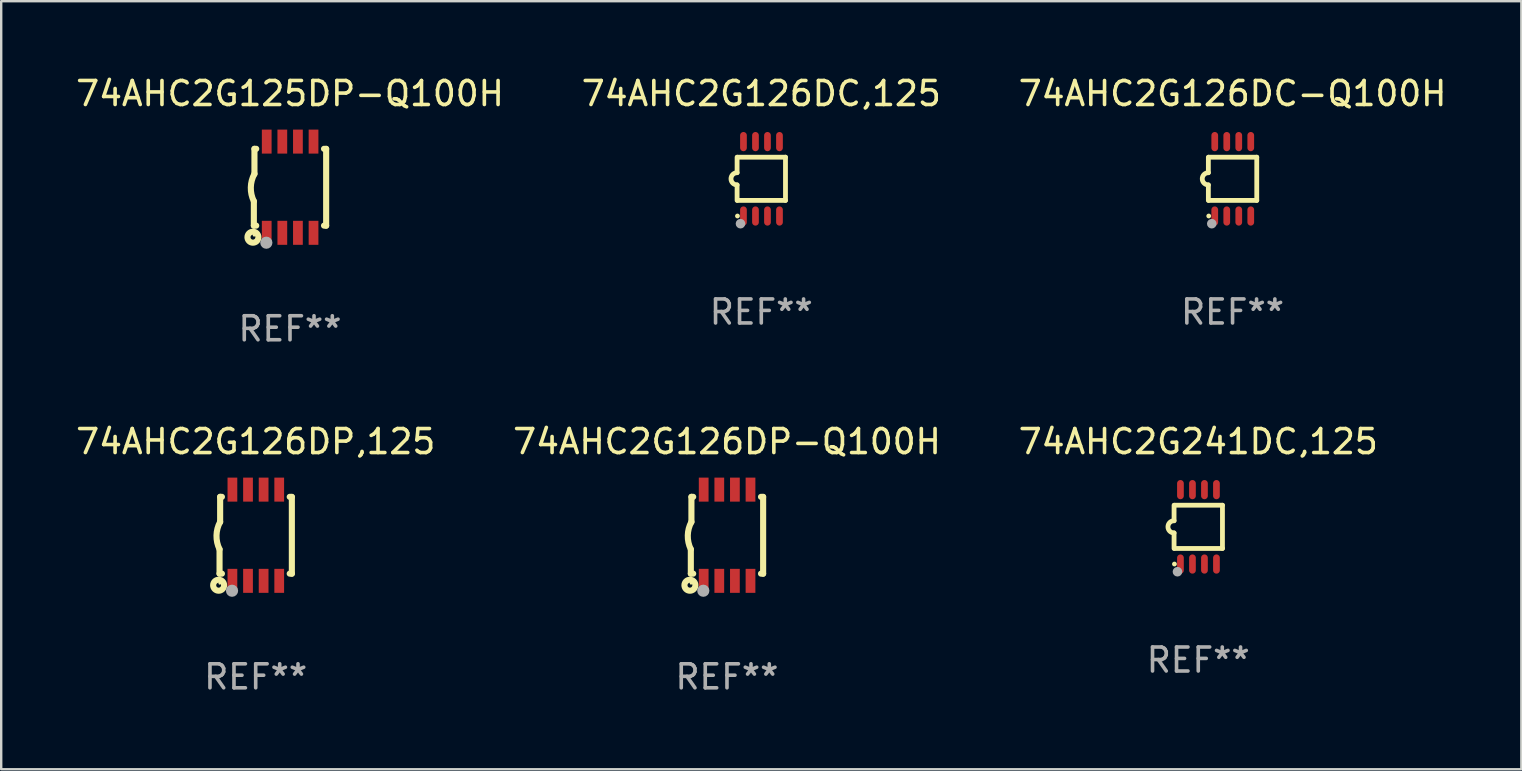
<source format=kicad_pcb>
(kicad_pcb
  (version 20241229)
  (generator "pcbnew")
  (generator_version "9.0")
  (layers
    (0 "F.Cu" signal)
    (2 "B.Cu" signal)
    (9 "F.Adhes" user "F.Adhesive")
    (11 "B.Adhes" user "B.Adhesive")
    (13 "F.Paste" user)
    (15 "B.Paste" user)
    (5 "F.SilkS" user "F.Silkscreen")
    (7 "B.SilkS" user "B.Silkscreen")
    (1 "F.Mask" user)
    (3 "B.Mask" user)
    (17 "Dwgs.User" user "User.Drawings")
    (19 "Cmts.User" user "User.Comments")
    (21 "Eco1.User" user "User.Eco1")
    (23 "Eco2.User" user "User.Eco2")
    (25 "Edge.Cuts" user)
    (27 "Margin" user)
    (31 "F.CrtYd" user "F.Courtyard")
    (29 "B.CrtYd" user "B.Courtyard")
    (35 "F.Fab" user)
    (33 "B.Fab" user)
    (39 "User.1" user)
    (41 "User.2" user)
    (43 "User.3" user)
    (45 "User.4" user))
  (footprint "74AHC2G126DP-Q100H"
    (layer "F.Cu")
    (at 27.232 19.245)
    (property "Reference" "74AHC2G126DP-Q100H" (at 0 -3.9 0) (layer "F.SilkS") (effects (font (size 1 1) (thickness 0.15))))
    (attr through_hole)
    (fp_line (start -1.506 1.6) (end -1.506 0.584) (stroke (width 0.254) (type solid)) (layer "F.SilkS"))
    (fp_line (start -1.506 1.6) (end -1.407 1.6) (stroke (width 0.254) (type solid)) (layer "F.SilkS"))
    (fp_line (start -1.481 -1.599) (end -1.481 -0.549) (stroke (width 0.254) (type solid)) (layer "F.SilkS"))
    (fp_line (start -1.481 -1.599) (end -1.407 -1.599) (stroke (width 0.254) (type solid)) (layer "F.SilkS"))
    (fp_line (start 1.417 -1.599) (end 1.506 -1.599) (stroke (width 0.254) (type solid)) (layer "F.SilkS"))
    (fp_line (start 1.417 1.6) (end 1.506 1.6) (stroke (width 0.254) (type solid)) (layer "F.SilkS"))
    (fp_line (start 1.506 1.603) (end 1.506 -1.595) (stroke (width 0.254) (type solid)) (layer "F.SilkS"))
    (fp_arc (start -1.506223 0.584328) (mid -1.632455 0.00974) (end -1.480823 -0.558674) (stroke (width 0.254001) (type solid)) (layer "F.SilkS"))
    (fp_circle (center -1.544 2.083) (end -1.443 2.083) (stroke (width 0.254) (type solid)) (fill no) (layer "F.SilkS"))
    (fp_circle (center -1.495 2) (end -1.465 2) (stroke (width 0.06) (type solid)) (fill no) (layer "F.SilkS"))
    (fp_circle (center -0.986 2.312) (end -0.859 2.312) (stroke (width 0.254) (type solid)) (fill no) (layer "F.Fab"))
    (fp_text user "REF**" (at 0 5.9 0) (layer "F.Fab") (effects (font (size 1 1) (thickness 0.15))))
    (pad "1" smd rect (at -0.97 1.9 90) (size 1 0.406) (layers "F.Cu" "F.Mask" "F.Paste"))
    (pad "2" smd rect (at -0.32 1.9 90) (size 1 0.406) (layers "F.Cu" "F.Mask" "F.Paste"))
    (pad "3" smd rect (at 0.33 1.9 90) (size 1 0.406) (layers "F.Cu" "F.Mask" "F.Paste"))
    (pad "4" smd rect (at 0.98 1.9 90) (size 1 0.406) (layers "F.Cu" "F.Mask" "F.Paste"))
    (pad "5" smd rect (at 0.98 -1.9 90) (size 1 0.406) (layers "F.Cu" "F.Mask" "F.Paste"))
    (pad "6" smd rect (at 0.33 -1.9 90) (size 1 0.406) (layers "F.Cu" "F.Mask" "F.Paste"))
    (pad "7" smd rect (at -0.32 -1.9 90) (size 1 0.406) (layers "F.Cu" "F.Mask" "F.Paste"))
    (pad "8" smd rect (at -0.97 -1.9 90) (size 1 0.406) (layers "F.Cu" "F.Mask" "F.Paste")))
  (footprint "74AHC2G126DP,125"
    (layer "F.Cu")
    (at 7.601 19.245)
    (property "Reference" "74AHC2G126DP,125" (at 0 -3.9 0) (layer "F.SilkS") (effects (font (size 1 1) (thickness 0.15))))
    (attr through_hole)
    (fp_line (start -1.506 1.6) (end -1.506 0.584) (stroke (width 0.254) (type solid)) (layer "F.SilkS"))
    (fp_line (start -1.506 1.6) (end -1.407 1.6) (stroke (width 0.254) (type solid)) (layer "F.SilkS"))
    (fp_line (start -1.481 -1.599) (end -1.481 -0.549) (stroke (width 0.254) (type solid)) (layer "F.SilkS"))
    (fp_line (start -1.481 -1.599) (end -1.407 -1.599) (stroke (width 0.254) (type solid)) (layer "F.SilkS"))
    (fp_line (start 1.417 -1.599) (end 1.506 -1.599) (stroke (width 0.254) (type solid)) (layer "F.SilkS"))
    (fp_line (start 1.417 1.6) (end 1.506 1.6) (stroke (width 0.254) (type solid)) (layer "F.SilkS"))
    (fp_line (start 1.506 1.603) (end 1.506 -1.595) (stroke (width 0.254) (type solid)) (layer "F.SilkS"))
    (fp_arc (start -1.506223 0.584328) (mid -1.632455 0.00974) (end -1.480823 -0.558674) (stroke (width 0.254001) (type solid)) (layer "F.SilkS"))
    (fp_circle (center -1.544 2.083) (end -1.443 2.083) (stroke (width 0.254) (type solid)) (fill no) (layer "F.SilkS"))
    (fp_circle (center -1.495 2) (end -1.465 2) (stroke (width 0.06) (type solid)) (fill no) (layer "F.SilkS"))
    (fp_circle (center -0.986 2.312) (end -0.859 2.312) (stroke (width 0.254) (type solid)) (fill no) (layer "F.Fab"))
    (fp_text user "REF**" (at 0 5.9 0) (layer "F.Fab") (effects (font (size 1 1) (thickness 0.15))))
    (pad "1" smd rect (at -0.97 1.9 90) (size 1 0.406) (layers "F.Cu" "F.Mask" "F.Paste"))
    (pad "2" smd rect (at -0.32 1.9 90) (size 1 0.406) (layers "F.Cu" "F.Mask" "F.Paste"))
    (pad "3" smd rect (at 0.33 1.9 90) (size 1 0.406) (layers "F.Cu" "F.Mask" "F.Paste"))
    (pad "4" smd rect (at 0.98 1.9 90) (size 1 0.406) (layers "F.Cu" "F.Mask" "F.Paste"))
    (pad "5" smd rect (at 0.98 -1.9 90) (size 1 0.406) (layers "F.Cu" "F.Mask" "F.Paste"))
    (pad "6" smd rect (at 0.33 -1.9 90) (size 1 0.406) (layers "F.Cu" "F.Mask" "F.Paste"))
    (pad "7" smd rect (at -0.32 -1.9 90) (size 1 0.406) (layers "F.Cu" "F.Mask" "F.Paste"))
    (pad "8" smd rect (at -0.97 -1.9 90) (size 1 0.406) (layers "F.Cu" "F.Mask" "F.Paste")))
  (footprint "74AHC2G126DC,125"
    (layer "F.Cu")
    (at 28.661 4.398)
    (property "Reference" "74AHC2G126DC,125" (at 0 -3.55 0) (layer "F.SilkS") (effects (font (size 1 1) (thickness 0.15))))
    (attr through_hole)
    (fp_line (start -1.008 -0.254) (end -1.008 -0.9) (stroke (width 0.2) (type solid)) (layer "F.SilkS"))
    (fp_line (start -1.008 0.254) (end -1.008 0.9) (stroke (width 0.2) (type solid)) (layer "F.SilkS"))
    (fp_line (start -0.992 0.9) (end 1.008 0.9) (stroke (width 0.2) (type solid)) (layer "F.SilkS"))
    (fp_line (start 1.008 -0.9) (end -0.992 -0.9) (stroke (width 0.2) (type solid)) (layer "F.SilkS"))
    (fp_line (start 1.008 0.9) (end 1.008 -0.9) (stroke (width 0.2) (type solid)) (layer "F.SilkS"))
    (fp_arc (start -1.008001 0.254001) (mid -1.262002 0) (end -1.008001 -0.254001) (stroke (width 0.2) (type solid)) (layer "F.SilkS"))
    (fp_circle (center -0.992 1.55) (end -0.942 1.55) (stroke (width 0.1) (type solid)) (fill no) (layer "F.SilkS"))
    (fp_circle (center -0.866 1.87) (end -0.766 1.87) (stroke (width 0.2) (type solid)) (fill no) (layer "F.Fab"))
    (fp_text user "REF**" (at 0 5.55 0) (layer "F.Fab") (effects (font (size 1 1) (thickness 0.15))))
    (pad "1" smd oval (at -0.742 1.55 270) (size 0.8 0.28) (layers "F.Cu" "F.Mask" "F.Paste"))
    (pad "2" smd oval (at -0.242 1.55 270) (size 0.8 0.28) (layers "F.Cu" "F.Mask" "F.Paste"))
    (pad "3" smd oval (at 0.258 1.55 270) (size 0.8 0.28) (layers "F.Cu" "F.Mask" "F.Paste"))
    (pad "4" smd oval (at 0.758 1.55 270) (size 0.8 0.28) (layers "F.Cu" "F.Mask" "F.Paste"))
    (pad "5" smd oval (at 0.758 -1.55 270) (size 0.8 0.28) (layers "F.Cu" "F.Mask" "F.Paste"))
    (pad "6" smd oval (at 0.258 -1.55 270) (size 0.8 0.28) (layers "F.Cu" "F.Mask" "F.Paste"))
    (pad "7" smd oval (at -0.242 -1.55 270) (size 0.8 0.28) (layers "F.Cu" "F.Mask" "F.Paste"))
    (pad "8" smd oval (at -0.742 -1.55 270) (size 0.8 0.28) (layers "F.Cu" "F.Mask" "F.Paste")))
  (footprint "74AHC2G241DC,125"
    (layer "F.Cu")
    (at 46.863 18.895)
    (property "Reference" "74AHC2G241DC,125" (at 0 -3.55 0) (layer "F.SilkS") (effects (font (size 1 1) (thickness 0.15))))
    (attr through_hole)
    (fp_line (start -1.008 -0.254) (end -1.008 -0.9) (stroke (width 0.2) (type solid)) (layer "F.SilkS"))
    (fp_line (start -1.008 0.254) (end -1.008 0.9) (stroke (width 0.2) (type solid)) (layer "F.SilkS"))
    (fp_line (start -0.992 0.9) (end 1.008 0.9) (stroke (width 0.2) (type solid)) (layer "F.SilkS"))
    (fp_line (start 1.008 -0.9) (end -0.992 -0.9) (stroke (width 0.2) (type solid)) (layer "F.SilkS"))
    (fp_line (start 1.008 0.9) (end 1.008 -0.9) (stroke (width 0.2) (type solid)) (layer "F.SilkS"))
    (fp_arc (start -1.008001 0.254001) (mid -1.262002 0) (end -1.008001 -0.254001) (stroke (width 0.2) (type solid)) (layer "F.SilkS"))
    (fp_circle (center -0.992 1.55) (end -0.942 1.55) (stroke (width 0.1) (type solid)) (fill no) (layer "F.SilkS"))
    (fp_circle (center -0.866 1.87) (end -0.766 1.87) (stroke (width 0.2) (type solid)) (fill no) (layer "F.Fab"))
    (fp_text user "REF**" (at 0 5.55 0) (layer "F.Fab") (effects (font (size 1 1) (thickness 0.15))))
    (pad "1" smd oval (at -0.742 1.55 270) (size 0.8 0.28) (layers "F.Cu" "F.Mask" "F.Paste"))
    (pad "2" smd oval (at -0.242 1.55 270) (size 0.8 0.28) (layers "F.Cu" "F.Mask" "F.Paste"))
    (pad "3" smd oval (at 0.258 1.55 270) (size 0.8 0.28) (layers "F.Cu" "F.Mask" "F.Paste"))
    (pad "4" smd oval (at 0.758 1.55 270) (size 0.8 0.28) (layers "F.Cu" "F.Mask" "F.Paste"))
    (pad "5" smd oval (at 0.758 -1.55 270) (size 0.8 0.28) (layers "F.Cu" "F.Mask" "F.Paste"))
    (pad "6" smd oval (at 0.258 -1.55 270) (size 0.8 0.28) (layers "F.Cu" "F.Mask" "F.Paste"))
    (pad "7" smd oval (at -0.242 -1.55 270) (size 0.8 0.28) (layers "F.Cu" "F.Mask" "F.Paste"))
    (pad "8" smd oval (at -0.742 -1.55 270) (size 0.8 0.28) (layers "F.Cu" "F.Mask" "F.Paste")))
  (footprint "74AHC2G126DC-Q100H"
    (layer "F.Cu")
    (at 48.292 4.398)
    (property "Reference" "74AHC2G126DC-Q100H" (at 0 -3.55 0) (layer "F.SilkS") (effects (font (size 1 1) (thickness 0.15))))
    (attr through_hole)
    (fp_line (start -1.008 -0.254) (end -1.008 -0.9) (stroke (width 0.2) (type solid)) (layer "F.SilkS"))
    (fp_line (start -1.008 0.254) (end -1.008 0.9) (stroke (width 0.2) (type solid)) (layer "F.SilkS"))
    (fp_line (start -0.992 0.9) (end 1.008 0.9) (stroke (width 0.2) (type solid)) (layer "F.SilkS"))
    (fp_line (start 1.008 -0.9) (end -0.992 -0.9) (stroke (width 0.2) (type solid)) (layer "F.SilkS"))
    (fp_line (start 1.008 0.9) (end 1.008 -0.9) (stroke (width 0.2) (type solid)) (layer "F.SilkS"))
    (fp_arc (start -1.008001 0.254001) (mid -1.262002 0) (end -1.008001 -0.254001) (stroke (width 0.2) (type solid)) (layer "F.SilkS"))
    (fp_circle (center -0.992 1.55) (end -0.942 1.55) (stroke (width 0.1) (type solid)) (fill no) (layer "F.SilkS"))
    (fp_circle (center -0.866 1.87) (end -0.766 1.87) (stroke (width 0.2) (type solid)) (fill no) (layer "F.Fab"))
    (fp_text user "REF**" (at 0 5.55 0) (layer "F.Fab") (effects (font (size 1 1) (thickness 0.15))))
    (pad "1" smd oval (at -0.742 1.55 270) (size 0.8 0.28) (layers "F.Cu" "F.Mask" "F.Paste"))
    (pad "2" smd oval (at -0.242 1.55 270) (size 0.8 0.28) (layers "F.Cu" "F.Mask" "F.Paste"))
    (pad "3" smd oval (at 0.258 1.55 270) (size 0.8 0.28) (layers "F.Cu" "F.Mask" "F.Paste"))
    (pad "4" smd oval (at 0.758 1.55 270) (size 0.8 0.28) (layers "F.Cu" "F.Mask" "F.Paste"))
    (pad "5" smd oval (at 0.758 -1.55 270) (size 0.8 0.28) (layers "F.Cu" "F.Mask" "F.Paste"))
    (pad "6" smd oval (at 0.258 -1.55 270) (size 0.8 0.28) (layers "F.Cu" "F.Mask" "F.Paste"))
    (pad "7" smd oval (at -0.242 -1.55 270) (size 0.8 0.28) (layers "F.Cu" "F.Mask" "F.Paste"))
    (pad "8" smd oval (at -0.742 -1.55 270) (size 0.8 0.28) (layers "F.Cu" "F.Mask" "F.Paste")))
  (footprint "74AHC2G125DP-Q100H"
    (layer "F.Cu")
    (at 9.03 4.748)
    (property "Reference" "74AHC2G125DP-Q100H" (at 0 -3.9 0) (layer "F.SilkS") (effects (font (size 1 1) (thickness 0.15))))
    (attr through_hole)
    (fp_line (start -1.506 1.6) (end -1.506 0.584) (stroke (width 0.254) (type solid)) (layer "F.SilkS"))
    (fp_line (start -1.506 1.6) (end -1.407 1.6) (stroke (width 0.254) (type solid)) (layer "F.SilkS"))
    (fp_line (start -1.481 -1.599) (end -1.481 -0.549) (stroke (width 0.254) (type solid)) (layer "F.SilkS"))
    (fp_line (start -1.481 -1.599) (end -1.407 -1.599) (stroke (width 0.254) (type solid)) (layer "F.SilkS"))
    (fp_line (start 1.417 -1.599) (end 1.506 -1.599) (stroke (width 0.254) (type solid)) (layer "F.SilkS"))
    (fp_line (start 1.417 1.6) (end 1.506 1.6) (stroke (width 0.254) (type solid)) (layer "F.SilkS"))
    (fp_line (start 1.506 1.603) (end 1.506 -1.595) (stroke (width 0.254) (type solid)) (layer "F.SilkS"))
    (fp_arc (start -1.506223 0.584328) (mid -1.632455 0.00974) (end -1.480823 -0.558674) (stroke (width 0.254001) (type solid)) (layer "F.SilkS"))
    (fp_circle (center -1.544 2.083) (end -1.443 2.083) (stroke (width 0.254) (type solid)) (fill no) (layer "F.SilkS"))
    (fp_circle (center -1.495 2) (end -1.465 2) (stroke (width 0.06) (type solid)) (fill no) (layer "F.SilkS"))
    (fp_circle (center -0.986 2.312) (end -0.859 2.312) (stroke (width 0.254) (type solid)) (fill no) (layer "F.Fab"))
    (fp_text user "REF**" (at 0 5.9 0) (layer "F.Fab") (effects (font (size 1 1) (thickness 0.15))))
    (pad "1" smd rect (at -0.97 1.9 90) (size 1 0.406) (layers "F.Cu" "F.Mask" "F.Paste"))
    (pad "2" smd rect (at -0.32 1.9 90) (size 1 0.406) (layers "F.Cu" "F.Mask" "F.Paste"))
    (pad "3" smd rect (at 0.33 1.9 90) (size 1 0.406) (layers "F.Cu" "F.Mask" "F.Paste"))
    (pad "4" smd rect (at 0.98 1.9 90) (size 1 0.406) (layers "F.Cu" "F.Mask" "F.Paste"))
    (pad "5" smd rect (at 0.98 -1.9 90) (size 1 0.406) (layers "F.Cu" "F.Mask" "F.Paste"))
    (pad "6" smd rect (at 0.33 -1.9 90) (size 1 0.406) (layers "F.Cu" "F.Mask" "F.Paste"))
    (pad "7" smd rect (at -0.32 -1.9 90) (size 1 0.406) (layers "F.Cu" "F.Mask" "F.Paste"))
    (pad "8" smd rect (at -0.97 -1.9 90) (size 1 0.406) (layers "F.Cu" "F.Mask" "F.Paste")))
  (gr_rect
    (start -3 -3)
    (end 60.321 28.993)
    (stroke (width 0.1) (type default))
    (fill no)
    (layer "Edge.Cuts")))
</source>
